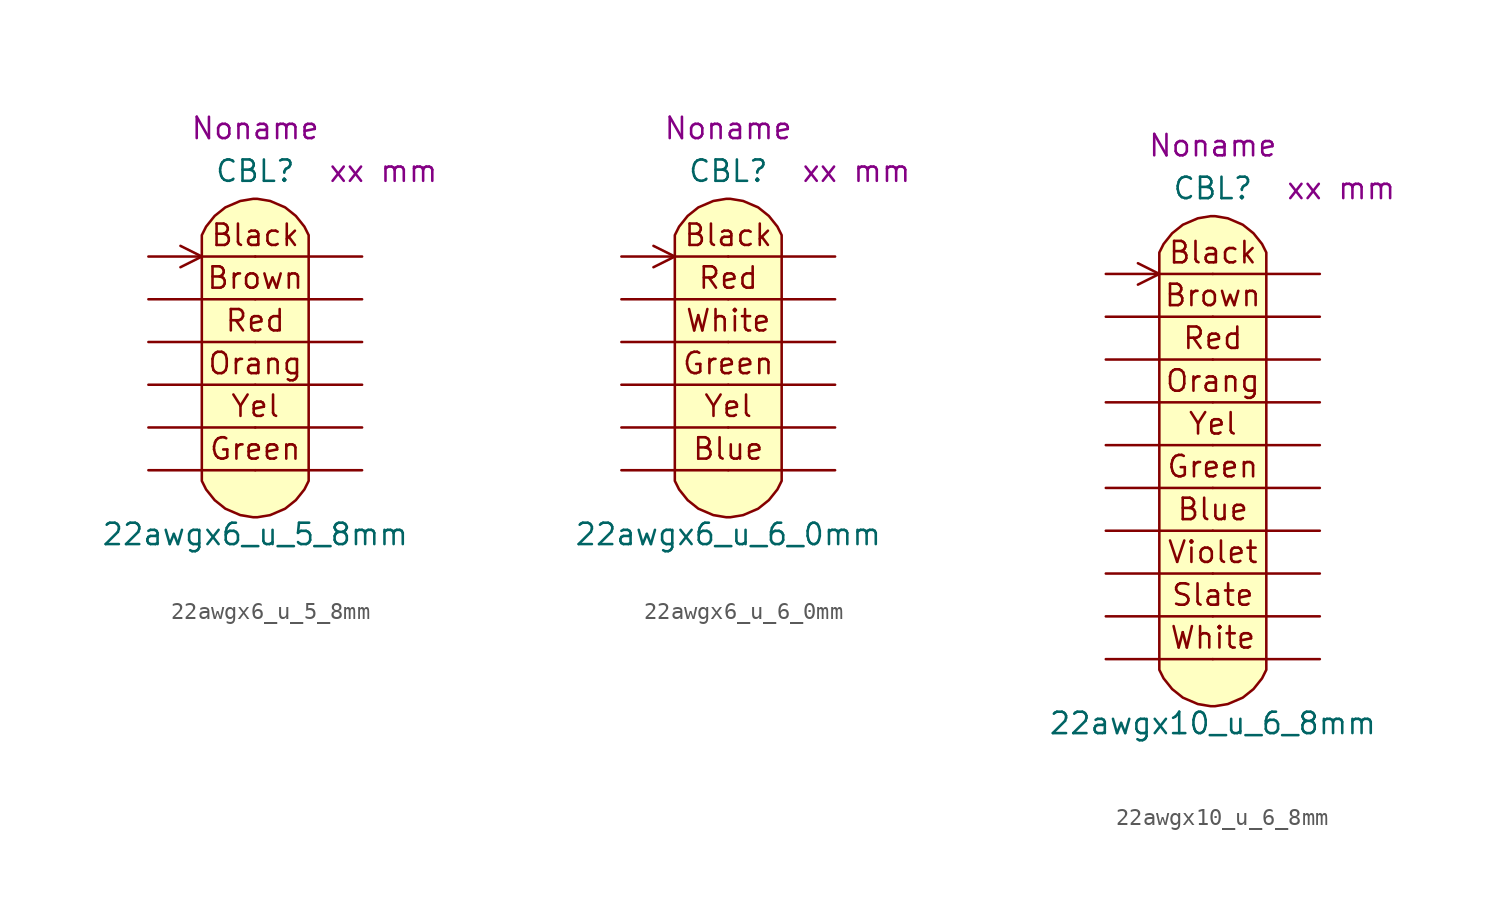
<source format=kicad_sym>
(kicad_symbol_lib
  (version 20220914)
  (generator kicad_symbol_editor)
  (symbol "22awgx6_u_5_8mm"
    (pin_numbers hide)
    (pin_names hide)
    (property "Reference" "CBL"
      (at 0 11.43 0)
      (effects (font (size 1.27 1.27))))
    (property "Value" "22awgx6_u_5_8mm"
      (at 0 -10.16 0)
      (effects (font (size 1.27 1.27))))
    (property "Length" "xx mm"
      (at 7.62 11.43 0)
      (effects (font (size 1.27 1.27))))
    (property "Harness_name" "Noname"
      (at 0 13.97 0)
      (effects (font (size 1.27 1.27))))
    (symbol "22awgx6_u_5_8mm_0_0"
      (text "Black" (at 0 7.62 0) (effects (font (size 1.27 1.27))))
      (text "Brown" (at 0 5.08 0) (effects (font (size 1.27 1.27))))
      (text "Orang" (at 0 0 0) (effects (font (size 1.27 1.27))))
      (text "Red" (at 0 2.54 0) (effects (font (size 1.27 1.27))))
      (pin passive line (at -6.35 -1.27 0) (length 6.35) (name "C4.1" (effects (font (size 1.27 1.27)))) (number "7" (effects (font (size 1.27 1.27)))))
      (pin passive line (at 6.35 -1.27 180) (length 6.35) (name "C4.2" (effects (font (size 1.27 1.27)))) (number "8" (effects (font (size 1.27 1.27))))))
    (symbol "22awgx6_u_5_8mm_0_1"
      (polyline (pts (xy -4.445 6.985) (xy -3.175 6.35) (xy -4.445 5.715)) (stroke (width 0) (type default)) (fill (type none)))
      (polyline (pts (xy -3.175 3.81) (xy -3.175 7.62) (xy -2.921 8.128) (xy -2.413 8.763) (xy -1.778 9.271) (xy -0.889 9.652) (xy -0.127 9.779) (xy 0.127 9.779) (xy 0.889 9.652) (xy 1.778 9.271) (xy 2.413 8.763) (xy 2.921 8.128) (xy 3.175 7.62) (xy 3.175 3.81)) (stroke (width 0.152) (type default)) (fill (type background)))
      (polyline (pts (xy 3.175 3.81) (xy 3.175 -6.985) (xy 2.921 -7.493) (xy 2.413 -8.128) (xy 1.778 -8.636) (xy 0.889 -9.017) (xy 0.127 -9.144) (xy -0.127 -9.144) (xy -0.889 -9.017) (xy -1.778 -8.636) (xy -2.413 -8.128) (xy -2.921 -7.493) (xy -3.175 -6.985) (xy -3.175 3.81)) (stroke (width 0.152) (type default)) (fill (type background))))
    (symbol "22awgx6_u_5_8mm_1_1"
      (text "Green" (at 0 -5.08 0) (effects (font (size 1.27 1.27))))
      (text "Yel" (at 0 -2.54 0) (effects (font (size 1.27 1.27))))
      (pin passive line (at -6.35 6.35 0) (length 6.35) (name "C1.1" (effects (font (size 1.27 1.27)))) (number "1" (effects (font (size 1.27 1.27)))))
      (pin passive line (at 6.35 -3.81 180) (length 6.35) (name "C5.2" (effects (font (size 1.27 1.27)))) (number "10" (effects (font (size 1.27 1.27)))))
      (pin passive line (at -6.35 -6.35 0) (length 6.35) (name "C6.1" (effects (font (size 1.27 1.27)))) (number "11" (effects (font (size 1.27 1.27)))))
      (pin passive line (at 6.35 -6.35 180) (length 6.35) (name "C6.2" (effects (font (size 1.27 1.27)))) (number "12" (effects (font (size 1.27 1.27)))))
      (pin passive line (at 6.35 6.35 180) (length 6.35) (name "C1.2" (effects (font (size 1.27 1.27)))) (number "2" (effects (font (size 1.27 1.27)))))
      (pin passive line (at -6.35 3.81 0) (length 6.35) (name "C2.1" (effects (font (size 1.27 1.27)))) (number "3" (effects (font (size 1.27 1.27)))))
      (pin passive line (at 6.35 3.81 180) (length 6.35) (name "C2.2" (effects (font (size 1.27 1.27)))) (number "4" (effects (font (size 1.27 1.27)))))
      (pin passive line (at -6.35 1.27 0) (length 6.35) (name "C3.1" (effects (font (size 1.27 1.27)))) (number "5" (effects (font (size 1.27 1.27)))))
      (pin passive line (at 6.35 1.27 180) (length 6.35) (name "C3.2" (effects (font (size 1.27 1.27)))) (number "6" (effects (font (size 1.27 1.27)))))
      (pin passive line (at -6.35 -3.81 0) (length 6.35) (name "C5.1" (effects (font (size 1.27 1.27)))) (number "9" (effects (font (size 1.27 1.27)))))))
  (symbol "22awgx6_u_6_0mm"
    (pin_numbers hide)
    (pin_names hide)
    (property "Reference" "CBL"
      (at 0 11.43 0)
      (effects (font (size 1.27 1.27))))
    (property "Value" "22awgx6_u_6_0mm"
      (at 0 -10.16 0)
      (effects (font (size 1.27 1.27))))
    (property "Length" "xx mm"
      (at 7.62 11.43 0)
      (effects (font (size 1.27 1.27))))
    (property "Harness_name" "Noname"
      (at 0 13.97 0)
      (effects (font (size 1.27 1.27))))
    (symbol "22awgx6_u_6_0mm_0_0"
      (text "Black" (at 0 7.62 0) (effects (font (size 1.27 1.27))))
      (text "Green" (at 0 0 0) (effects (font (size 1.27 1.27))))
      (text "Red" (at 0 5.08 0) (effects (font (size 1.27 1.27))))
      (text "White" (at 0 2.54 0) (effects (font (size 1.27 1.27))))
      (pin passive line (at -6.35 -1.27 0) (length 6.35) (name "C4.1" (effects (font (size 1.27 1.27)))) (number "7" (effects (font (size 1.27 1.27)))))
      (pin passive line (at 6.35 -1.27 180) (length 6.35) (name "C4.2" (effects (font (size 1.27 1.27)))) (number "8" (effects (font (size 1.27 1.27))))))
    (symbol "22awgx6_u_6_0mm_0_1"
      (polyline (pts (xy -4.445 6.985) (xy -3.175 6.35) (xy -4.445 5.715)) (stroke (width 0) (type default)) (fill (type none)))
      (polyline (pts (xy -3.175 -6.35) (xy -3.175 7.62) (xy -2.921 8.128) (xy -2.413 8.763) (xy -1.778 9.271) (xy -0.889 9.652) (xy -0.127 9.779) (xy 0.127 9.779) (xy 0.889 9.652) (xy 1.778 9.271) (xy 2.413 8.763) (xy 2.921 8.128) (xy 3.175 7.62) (xy 3.175 -6.35)) (stroke (width 0.152) (type default)) (fill (type background)))
      (polyline (pts (xy 3.175 -6.35) (xy 3.175 -6.985) (xy 2.921 -7.493) (xy 2.413 -8.128) (xy 1.778 -8.636) (xy 0.889 -9.017) (xy 0.127 -9.144) (xy -0.127 -9.144) (xy -0.889 -9.017) (xy -1.778 -8.636) (xy -2.413 -8.128) (xy -2.921 -7.493) (xy -3.175 -6.985) (xy -3.175 -6.35)) (stroke (width 0.152) (type default)) (fill (type background))))
    (symbol "22awgx6_u_6_0mm_1_1"
      (text "Blue" (at 0 -5.08 0) (effects (font (size 1.27 1.27))))
      (text "Yel" (at 0 -2.54 0) (effects (font (size 1.27 1.27))))
      (pin passive line (at -6.35 6.35 0) (length 6.35) (name "C1.1" (effects (font (size 1.27 1.27)))) (number "1" (effects (font (size 1.27 1.27)))))
      (pin passive line (at 6.35 -3.81 180) (length 6.35) (name "C5.2" (effects (font (size 1.27 1.27)))) (number "10" (effects (font (size 1.27 1.27)))))
      (pin passive line (at -6.35 -6.35 0) (length 6.35) (name "C6.1" (effects (font (size 1.27 1.27)))) (number "11" (effects (font (size 1.27 1.27)))))
      (pin passive line (at 6.35 -6.35 180) (length 6.35) (name "C6.2" (effects (font (size 1.27 1.27)))) (number "12" (effects (font (size 1.27 1.27)))))
      (pin passive line (at 6.35 6.35 180) (length 6.35) (name "C1.2" (effects (font (size 1.27 1.27)))) (number "2" (effects (font (size 1.27 1.27)))))
      (pin passive line (at -6.35 3.81 0) (length 6.35) (name "C2.1" (effects (font (size 1.27 1.27)))) (number "3" (effects (font (size 1.27 1.27)))))
      (pin passive line (at 6.35 3.81 180) (length 6.35) (name "C2.2" (effects (font (size 1.27 1.27)))) (number "4" (effects (font (size 1.27 1.27)))))
      (pin passive line (at -6.35 1.27 0) (length 6.35) (name "C3.1" (effects (font (size 1.27 1.27)))) (number "5" (effects (font (size 1.27 1.27)))))
      (pin passive line (at 6.35 1.27 180) (length 6.35) (name "C3.2" (effects (font (size 1.27 1.27)))) (number "6" (effects (font (size 1.27 1.27)))))
      (pin passive line (at -6.35 -3.81 0) (length 6.35) (name "C5.1" (effects (font (size 1.27 1.27)))) (number "9" (effects (font (size 1.27 1.27)))))))
  (symbol "22awgx10_u_6_8mm"
    (pin_numbers hide)
    (pin_names hide)
    (property "Reference" "CBL"
      (at 0 16.51 0)
      (effects (font (size 1.27 1.27))))
    (property "Value" "22awgx10_u_6_8mm"
      (at 0 -15.24 0)
      (effects (font (size 1.27 1.27))))
    (property "Length" "xx mm"
      (at 7.62 16.51 0)
      (effects (font (size 1.27 1.27))))
    (property "Harness_name" "Noname"
      (at 0 19.05 0)
      (effects (font (size 1.27 1.27))))
    (symbol "22awgx10_u_6_8mm_0_0"
      (text "Black" (at 0 12.7 0) (effects (font (size 1.27 1.27))))
      (text "Brown" (at 0 10.16 0) (effects (font (size 1.27 1.27))))
      (text "Orang" (at 0 5.08 0) (effects (font (size 1.27 1.27))))
      (text "Red" (at 0 7.62 0) (effects (font (size 1.27 1.27))))
      (pin passive line (at -6.35 3.81 0) (length 6.35) (name "C4.1" (effects (font (size 1.27 1.27)))) (number "7" (effects (font (size 1.27 1.27)))))
      (pin passive line (at 6.35 3.81 180) (length 6.35) (name "C4.2" (effects (font (size 1.27 1.27)))) (number "8" (effects (font (size 1.27 1.27))))))
    (symbol "22awgx10_u_6_8mm_0_1"
      (polyline (pts (xy -4.445 12.065) (xy -3.175 11.43) (xy -4.445 10.795)) (stroke (width 0) (type default)) (fill (type none)))
      (polyline (pts (xy -3.175 -1.27) (xy -3.175 12.7) (xy -2.921 13.208) (xy -2.413 13.843) (xy -1.778 14.351) (xy -0.889 14.732) (xy -0.127 14.859) (xy 0.127 14.859) (xy 0.889 14.732) (xy 1.778 14.351) (xy 2.413 13.843) (xy 2.921 13.208) (xy 3.175 12.7) (xy 3.175 -1.27)) (stroke (width 0.152) (type default)) (fill (type background)))
      (polyline (pts (xy 3.175 -1.27) (xy 3.175 -12.065) (xy 2.921 -12.573) (xy 2.413 -13.208) (xy 1.778 -13.716) (xy 0.889 -14.097) (xy 0.127 -14.224) (xy -0.127 -14.224) (xy -0.889 -14.097) (xy -1.778 -13.716) (xy -2.413 -13.208) (xy -2.921 -12.573) (xy -3.175 -12.065) (xy -3.175 -1.27)) (stroke (width 0.152) (type default)) (fill (type background))))
    (symbol "22awgx10_u_6_8mm_1_1"
      (text "Blue" (at 0 -2.54 0) (effects (font (size 1.27 1.27))))
      (text "Green" (at 0 0 0) (effects (font (size 1.27 1.27))))
      (text "Slate" (at 0 -7.62 0) (effects (font (size 1.27 1.27))))
      (text "Violet" (at 0 -5.08 0) (effects (font (size 1.27 1.27))))
      (text "White" (at 0 -10.16 0) (effects (font (size 1.27 1.27))))
      (text "Yel" (at 0 2.54 0) (effects (font (size 1.27 1.27))))
      (pin passive line (at -6.35 11.43 0) (length 6.35) (name "C1.1" (effects (font (size 1.27 1.27)))) (number "1" (effects (font (size 1.27 1.27)))))
      (pin passive line (at 6.35 1.27 180) (length 6.35) (name "C5.2" (effects (font (size 1.27 1.27)))) (number "10" (effects (font (size 1.27 1.27)))))
      (pin passive line (at -6.35 -1.27 0) (length 6.35) (name "C6.1" (effects (font (size 1.27 1.27)))) (number "11" (effects (font (size 1.27 1.27)))))
      (pin passive line (at 6.35 -1.27 180) (length 6.35) (name "C6.2" (effects (font (size 1.27 1.27)))) (number "12" (effects (font (size 1.27 1.27)))))
      (pin passive line (at -6.35 -3.81 0) (length 6.35) (name "C7.1" (effects (font (size 1.27 1.27)))) (number "13" (effects (font (size 1.27 1.27)))))
      (pin passive line (at 6.35 -3.81 180) (length 6.35) (name "C7.2" (effects (font (size 1.27 1.27)))) (number "14" (effects (font (size 1.27 1.27)))))
      (pin passive line (at -6.35 -6.35 0) (length 6.35) (name "C8.1" (effects (font (size 1.27 1.27)))) (number "15" (effects (font (size 1.27 1.27)))))
      (pin passive line (at 6.35 -6.35 180) (length 6.35) (name "C8.2" (effects (font (size 1.27 1.27)))) (number "16" (effects (font (size 1.27 1.27)))))
      (pin passive line (at -6.35 -8.89 0) (length 6.35) (name "C9.1" (effects (font (size 1.27 1.27)))) (number "17" (effects (font (size 1.27 1.27)))))
      (pin passive line (at 6.35 -8.89 180) (length 6.35) (name "C9.2" (effects (font (size 1.27 1.27)))) (number "18" (effects (font (size 1.27 1.27)))))
      (pin passive line (at -6.35 -11.43 0) (length 6.35) (name "C10.1" (effects (font (size 1.27 1.27)))) (number "19" (effects (font (size 1.27 1.27)))))
      (pin passive line (at 6.35 11.43 180) (length 6.35) (name "C1.2" (effects (font (size 1.27 1.27)))) (number "2" (effects (font (size 1.27 1.27)))))
      (pin passive line (at 6.35 -11.43 180) (length 6.35) (name "C10.2" (effects (font (size 1.27 1.27)))) (number "20" (effects (font (size 1.27 1.27)))))
      (pin passive line (at -6.35 8.89 0) (length 6.35) (name "C2.1" (effects (font (size 1.27 1.27)))) (number "3" (effects (font (size 1.27 1.27)))))
      (pin passive line (at 6.35 8.89 180) (length 6.35) (name "C2.2" (effects (font (size 1.27 1.27)))) (number "4" (effects (font (size 1.27 1.27)))))
      (pin passive line (at -6.35 6.35 0) (length 6.35) (name "C3.1" (effects (font (size 1.27 1.27)))) (number "5" (effects (font (size 1.27 1.27)))))
      (pin passive line (at 6.35 6.35 180) (length 6.35) (name "C3.2" (effects (font (size 1.27 1.27)))) (number "6" (effects (font (size 1.27 1.27)))))
      (pin passive line (at -6.35 1.27 0) (length 6.35) (name "C5.1" (effects (font (size 1.27 1.27)))) (number "9" (effects (font (size 1.27 1.27))))))))
</source>
